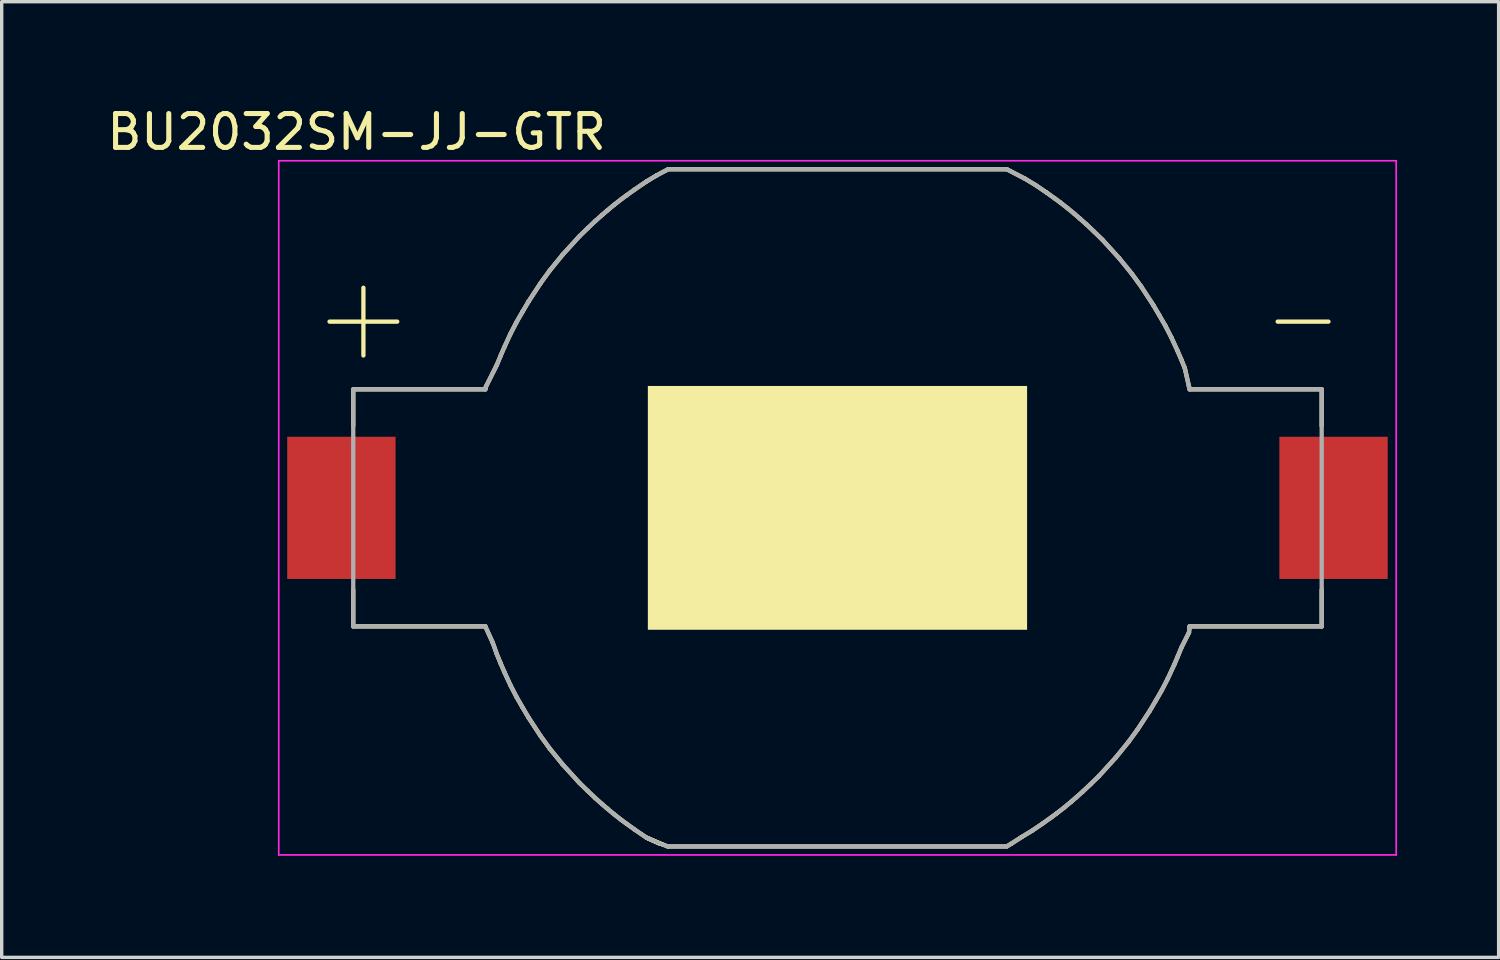
<source format=kicad_pcb>
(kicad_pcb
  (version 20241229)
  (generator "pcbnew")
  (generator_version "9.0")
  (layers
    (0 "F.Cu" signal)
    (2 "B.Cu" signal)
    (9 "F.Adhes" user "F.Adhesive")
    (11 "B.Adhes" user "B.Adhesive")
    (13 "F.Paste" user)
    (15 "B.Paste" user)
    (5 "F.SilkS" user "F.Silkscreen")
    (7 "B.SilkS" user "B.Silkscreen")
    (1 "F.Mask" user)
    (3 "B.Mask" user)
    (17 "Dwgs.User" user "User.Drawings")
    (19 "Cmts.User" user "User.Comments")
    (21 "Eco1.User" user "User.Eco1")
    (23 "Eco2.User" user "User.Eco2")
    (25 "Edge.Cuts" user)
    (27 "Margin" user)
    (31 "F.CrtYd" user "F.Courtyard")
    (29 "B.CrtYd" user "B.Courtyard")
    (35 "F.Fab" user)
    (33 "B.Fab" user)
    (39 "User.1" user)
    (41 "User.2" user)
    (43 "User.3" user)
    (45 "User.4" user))
  (footprint "BU2032SM-JJ-GTR"
    (layer "F.Cu")
    (at 21.682 11.948)
    (property "Reference" "BU2032SM-JJ-GTR" (at -14.2 -11.1 0) (layer "F.SilkS") (effects (font (size 1 1) (thickness 0.15))))
    (attr through_hole)
    (fp_line (start -15 -5.5) (end -13 -5.5) (stroke (width 0.127) (type solid)) (layer "F.SilkS"))
    (fp_line (start -14.3 -3.5) (end -10.4 -3.5) (stroke (width 0.127) (type solid)) (layer "F.SilkS"))
    (fp_line (start -14.3 -2.42) (end -14.3 -3.5) (stroke (width 0.127) (type solid)) (layer "F.SilkS"))
    (fp_line (start -14.3 2.42) (end -14.3 3.5) (stroke (width 0.127) (type solid)) (layer "F.SilkS"))
    (fp_line (start -14.3 3.5) (end -10.4 3.5) (stroke (width 0.127) (type solid)) (layer "F.SilkS"))
    (fp_line (start -14 -6.5) (end -14 -4.5) (stroke (width 0.127) (type solid)) (layer "F.SilkS"))
    (fp_line (start -10.4 -3.5) (end -10.381 -3.581) (stroke (width 0.127) (type solid)) (layer "F.SilkS"))
    (fp_line (start -10.4 3.5) (end -10.181 3.981) (stroke (width 0.127) (type solid)) (layer "F.SilkS"))
    (fp_line (start -10.381 -3.581) (end -10.058 -4.224) (stroke (width 0.127) (type solid)) (layer "F.SilkS"))
    (fp_line (start -10.181 3.981) (end -10.058 4.324) (stroke (width 0.127) (type solid)) (layer "F.SilkS"))
    (fp_line (start -10.058 -4.224) (end -9.95 -4.487) (stroke (width 0.127) (type solid)) (layer "F.SilkS"))
    (fp_line (start -10.058 4.324) (end -9.95 4.587) (stroke (width 0.127) (type solid)) (layer "F.SilkS"))
    (fp_line (start -9.95 -4.487) (end -9.842 -4.738) (stroke (width 0.127) (type solid)) (layer "F.SilkS"))
    (fp_line (start -9.95 4.587) (end -9.842 4.838) (stroke (width 0.127) (type solid)) (layer "F.SilkS"))
    (fp_line (start -9.842 -4.738) (end -9.658 -5.137) (stroke (width 0.127) (type solid)) (layer "F.SilkS"))
    (fp_line (start -9.842 4.838) (end -9.658 5.237) (stroke (width 0.127) (type solid)) (layer "F.SilkS"))
    (fp_line (start -9.658 -5.137) (end -9.48 -5.482) (stroke (width 0.127) (type solid)) (layer "F.SilkS"))
    (fp_line (start -9.658 5.237) (end -9.48 5.582) (stroke (width 0.127) (type solid)) (layer "F.SilkS"))
    (fp_line (start -9.48 -5.482) (end -9.3 -5.794) (stroke (width 0.127) (type solid)) (layer "F.SilkS"))
    (fp_line (start -9.48 5.582) (end -9.3 5.894) (stroke (width 0.127) (type solid)) (layer "F.SilkS"))
    (fp_line (start -9.3 -5.794) (end -9.124 -6.092) (stroke (width 0.127) (type solid)) (layer "F.SilkS"))
    (fp_line (start -9.3 5.894) (end -9.124 6.192) (stroke (width 0.127) (type solid)) (layer "F.SilkS"))
    (fp_line (start -9.124 -6.092) (end -8.768 -6.636) (stroke (width 0.127) (type solid)) (layer "F.SilkS"))
    (fp_line (start -9.124 6.192) (end -8.768 6.736) (stroke (width 0.127) (type solid)) (layer "F.SilkS"))
    (fp_line (start -8.768 -6.636) (end -8.497 -7.009) (stroke (width 0.127) (type solid)) (layer "F.SilkS"))
    (fp_line (start -8.768 6.736) (end -8.497 7.109) (stroke (width 0.127) (type solid)) (layer "F.SilkS"))
    (fp_line (start -8.497 -7.009) (end -8.116 -7.477) (stroke (width 0.127) (type solid)) (layer "F.SilkS"))
    (fp_line (start -8.497 7.109) (end -8.116 7.577) (stroke (width 0.127) (type solid)) (layer "F.SilkS"))
    (fp_line (start -8.116 -7.477) (end -7.622 -8.02) (stroke (width 0.127) (type solid)) (layer "F.SilkS"))
    (fp_line (start -8.116 7.577) (end -7.622 8.12) (stroke (width 0.127) (type solid)) (layer "F.SilkS"))
    (fp_line (start -7.622 -8.02) (end -7.374 -8.261) (stroke (width 0.127) (type solid)) (layer "F.SilkS"))
    (fp_line (start -7.622 8.12) (end -7.374 8.361) (stroke (width 0.127) (type solid)) (layer "F.SilkS"))
    (fp_line (start -7.374 -8.261) (end -7.15 -8.473) (stroke (width 0.127) (type solid)) (layer "F.SilkS"))
    (fp_line (start -7.374 8.361) (end -7.15 8.573) (stroke (width 0.127) (type solid)) (layer "F.SilkS"))
    (fp_line (start -7.15 -8.473) (end -6.954 -8.647) (stroke (width 0.127) (type solid)) (layer "F.SilkS"))
    (fp_line (start -7.15 8.573) (end -6.954 8.747) (stroke (width 0.127) (type solid)) (layer "F.SilkS"))
    (fp_line (start -6.954 -8.647) (end -6.793 -8.786) (stroke (width 0.127) (type solid)) (layer "F.SilkS"))
    (fp_line (start -6.954 8.747) (end -6.793 8.886) (stroke (width 0.127) (type solid)) (layer "F.SilkS"))
    (fp_line (start -6.793 -8.786) (end -6.6 -8.946) (stroke (width 0.127) (type solid)) (layer "F.SilkS"))
    (fp_line (start -6.793 8.886) (end -6.6 9.046) (stroke (width 0.127) (type solid)) (layer "F.SilkS"))
    (fp_line (start -6.6 -8.946) (end -6.379 -9.119) (stroke (width 0.127) (type solid)) (layer "F.SilkS"))
    (fp_line (start -6.6 9.046) (end -6.379 9.219) (stroke (width 0.127) (type solid)) (layer "F.SilkS"))
    (fp_line (start -6.379 -9.119) (end -6.228 -9.23) (stroke (width 0.127) (type solid)) (layer "F.SilkS"))
    (fp_line (start -6.379 9.219) (end -6.228 9.33) (stroke (width 0.127) (type solid)) (layer "F.SilkS"))
    (fp_line (start -6.228 -9.23) (end -5.975 -9.411) (stroke (width 0.127) (type solid)) (layer "F.SilkS"))
    (fp_line (start -6.228 9.33) (end -5.975 9.511) (stroke (width 0.127) (type solid)) (layer "F.SilkS"))
    (fp_line (start -5.975 -9.411) (end -5.649 -9.633) (stroke (width 0.127) (type solid)) (layer "F.SilkS"))
    (fp_line (start -5.975 9.511) (end -5.649 9.733) (stroke (width 0.127) (type solid)) (layer "F.SilkS"))
    (fp_line (start -5.649 -9.633) (end -5.341 -9.819) (stroke (width 0.127) (type solid)) (layer "F.SilkS"))
    (fp_line (start -5.649 9.733) (end -5.241 9.919) (stroke (width 0.127) (type solid)) (layer "F.SilkS"))
    (fp_line (start -5.597 9.758) (end -5.166 9.939) (stroke (width 0.127) (type solid)) (layer "F.SilkS"))
    (fp_line (start -5.341 -9.819) (end -5 -10) (stroke (width 0.127) (type solid)) (layer "F.SilkS"))
    (fp_line (start -5.241 9.919) (end -5.597 9.758) (stroke (width 0.127) (type solid)) (layer "F.SilkS"))
    (fp_line (start -5.166 9.939) (end -5.013 10) (stroke (width 0.127) (type solid)) (layer "F.SilkS"))
    (fp_line (start -5 -10) (end 5 -10) (stroke (width 0.127) (type solid)) (layer "F.SilkS"))
    (fp_line (start -5 10) (end 5 10) (stroke (width 0.127) (type solid)) (layer "F.SilkS"))
    (fp_line (start 5.15 9.908) (end 5.016 9.989) (stroke (width 0.127) (type solid)) (layer "F.SilkS"))
    (fp_line (start 5.441 9.719) (end 5.15 9.908) (stroke (width 0.127) (type solid)) (layer "F.SilkS"))
    (fp_line (start 5.541 -9.719) (end 5 -10) (stroke (width 0.127) (type solid)) (layer "F.SilkS"))
    (fp_line (start 5.749 9.533) (end 5.441 9.719) (stroke (width 0.127) (type solid)) (layer "F.SilkS"))
    (fp_line (start 5.849 -9.533) (end 5.541 -9.719) (stroke (width 0.127) (type solid)) (layer "F.SilkS"))
    (fp_line (start 6.075 9.311) (end 5.749 9.533) (stroke (width 0.127) (type solid)) (layer "F.SilkS"))
    (fp_line (start 6.175 -9.311) (end 5.849 -9.533) (stroke (width 0.127) (type solid)) (layer "F.SilkS"))
    (fp_line (start 6.328 9.13) (end 6.075 9.311) (stroke (width 0.127) (type solid)) (layer "F.SilkS"))
    (fp_line (start 6.428 -9.13) (end 6.175 -9.311) (stroke (width 0.127) (type solid)) (layer "F.SilkS"))
    (fp_line (start 6.479 9.019) (end 6.328 9.13) (stroke (width 0.127) (type solid)) (layer "F.SilkS"))
    (fp_line (start 6.579 -9.019) (end 6.428 -9.13) (stroke (width 0.127) (type solid)) (layer "F.SilkS"))
    (fp_line (start 6.7 8.846) (end 6.479 9.019) (stroke (width 0.127) (type solid)) (layer "F.SilkS"))
    (fp_line (start 6.8 -8.846) (end 6.579 -9.019) (stroke (width 0.127) (type solid)) (layer "F.SilkS"))
    (fp_line (start 6.893 8.686) (end 6.7 8.846) (stroke (width 0.127) (type solid)) (layer "F.SilkS"))
    (fp_line (start 6.993 -8.686) (end 6.8 -8.846) (stroke (width 0.127) (type solid)) (layer "F.SilkS"))
    (fp_line (start 7.054 8.547) (end 6.893 8.686) (stroke (width 0.127) (type solid)) (layer "F.SilkS"))
    (fp_line (start 7.154 -8.547) (end 6.993 -8.686) (stroke (width 0.127) (type solid)) (layer "F.SilkS"))
    (fp_line (start 7.25 8.373) (end 7.054 8.547) (stroke (width 0.127) (type solid)) (layer "F.SilkS"))
    (fp_line (start 7.35 -8.373) (end 7.154 -8.547) (stroke (width 0.127) (type solid)) (layer "F.SilkS"))
    (fp_line (start 7.474 8.161) (end 7.25 8.373) (stroke (width 0.127) (type solid)) (layer "F.SilkS"))
    (fp_line (start 7.574 -8.161) (end 7.35 -8.373) (stroke (width 0.127) (type solid)) (layer "F.SilkS"))
    (fp_line (start 7.722 7.92) (end 7.474 8.161) (stroke (width 0.127) (type solid)) (layer "F.SilkS"))
    (fp_line (start 7.822 -7.92) (end 7.574 -8.161) (stroke (width 0.127) (type solid)) (layer "F.SilkS"))
    (fp_line (start 8.216 7.377) (end 7.722 7.92) (stroke (width 0.127) (type solid)) (layer "F.SilkS"))
    (fp_line (start 8.316 -7.377) (end 7.822 -7.92) (stroke (width 0.127) (type solid)) (layer "F.SilkS"))
    (fp_line (start 8.597 6.909) (end 8.216 7.377) (stroke (width 0.127) (type solid)) (layer "F.SilkS"))
    (fp_line (start 8.697 -6.909) (end 8.316 -7.377) (stroke (width 0.127) (type solid)) (layer "F.SilkS"))
    (fp_line (start 8.868 6.536) (end 8.597 6.909) (stroke (width 0.127) (type solid)) (layer "F.SilkS"))
    (fp_line (start 8.968 -6.536) (end 8.697 -6.909) (stroke (width 0.127) (type solid)) (layer "F.SilkS"))
    (fp_line (start 9.224 5.992) (end 8.868 6.536) (stroke (width 0.127) (type solid)) (layer "F.SilkS"))
    (fp_line (start 9.324 -5.992) (end 8.968 -6.536) (stroke (width 0.127) (type solid)) (layer "F.SilkS"))
    (fp_line (start 9.4 5.694) (end 9.224 5.992) (stroke (width 0.127) (type solid)) (layer "F.SilkS"))
    (fp_line (start 9.5 -5.694) (end 9.324 -5.992) (stroke (width 0.127) (type solid)) (layer "F.SilkS"))
    (fp_line (start 9.58 5.382) (end 9.4 5.694) (stroke (width 0.127) (type solid)) (layer "F.SilkS"))
    (fp_line (start 9.68 -5.382) (end 9.5 -5.694) (stroke (width 0.127) (type solid)) (layer "F.SilkS"))
    (fp_line (start 9.758 5.037) (end 9.58 5.382) (stroke (width 0.127) (type solid)) (layer "F.SilkS"))
    (fp_line (start 9.858 -5.037) (end 9.68 -5.382) (stroke (width 0.127) (type solid)) (layer "F.SilkS"))
    (fp_line (start 9.942 4.638) (end 9.758 5.037) (stroke (width 0.127) (type solid)) (layer "F.SilkS"))
    (fp_line (start 10.042 -4.638) (end 9.858 -5.037) (stroke (width 0.127) (type solid)) (layer "F.SilkS"))
    (fp_line (start 10.05 4.387) (end 9.942 4.638) (stroke (width 0.127) (type solid)) (layer "F.SilkS"))
    (fp_line (start 10.15 -4.387) (end 10.042 -4.638) (stroke (width 0.127) (type solid)) (layer "F.SilkS"))
    (fp_line (start 10.158 4.124) (end 10.05 4.387) (stroke (width 0.127) (type solid)) (layer "F.SilkS"))
    (fp_line (start 10.258 -4.124) (end 10.15 -4.387) (stroke (width 0.127) (type solid)) (layer "F.SilkS"))
    (fp_line (start 10.381 -3.581) (end 10.258 -4.124) (stroke (width 0.127) (type solid)) (layer "F.SilkS"))
    (fp_line (start 10.381 3.681) (end 10.158 4.124) (stroke (width 0.127) (type solid)) (layer "F.SilkS"))
    (fp_line (start 10.4 -3.5) (end 10.381 -3.581) (stroke (width 0.127) (type solid)) (layer "F.SilkS"))
    (fp_line (start 10.4 3.5) (end 10.381 3.681) (stroke (width 0.127) (type solid)) (layer "F.SilkS"))
    (fp_line (start 13 -5.5) (end 14.5 -5.5) (stroke (width 0.127) (type solid)) (layer "F.SilkS"))
    (fp_line (start 14.3 -3.5) (end 10.4 -3.5) (stroke (width 0.127) (type solid)) (layer "F.SilkS"))
    (fp_line (start 14.3 -2.42) (end 14.3 -3.5) (stroke (width 0.127) (type solid)) (layer "F.SilkS"))
    (fp_line (start 14.3 2.42) (end 14.3 3.5) (stroke (width 0.127) (type solid)) (layer "F.SilkS"))
    (fp_line (start 14.3 3.5) (end 10.4 3.5) (stroke (width 0.127) (type solid)) (layer "F.SilkS"))
    (fp_poly (pts (xy -5.6 -3.6) (xy 5.6 -3.6) (xy 5.6 3.6) (xy -5.6 3.6)) (stroke (width 0.0001) (type solid)) (fill yes) (layer "F.SilkS"))
    (fp_line (start -16.5 -10.25) (end -16.5 10.25) (stroke (width 0.05) (type solid)) (layer "F.CrtYd"))
    (fp_line (start -16.5 10.25) (end 16.5 10.25) (stroke (width 0.05) (type solid)) (layer "F.CrtYd"))
    (fp_line (start 16.5 -10.25) (end -16.5 -10.25) (stroke (width 0.05) (type solid)) (layer "F.CrtYd"))
    (fp_line (start 16.5 10.25) (end 16.5 -10.25) (stroke (width 0.05) (type solid)) (layer "F.CrtYd"))
    (fp_line (start -14.3 -3.5) (end -10.4 -3.5) (stroke (width 0.127) (type solid)) (layer "F.Fab"))
    (fp_line (start -14.3 3.5) (end -14.3 -3.5) (stroke (width 0.127) (type solid)) (layer "F.Fab"))
    (fp_line (start -14.3 3.5) (end -10.4 3.5) (stroke (width 0.127) (type solid)) (layer "F.Fab"))
    (fp_line (start -10.4 -3.5) (end -10.381 -3.581) (stroke (width 0.127) (type solid)) (layer "F.Fab"))
    (fp_line (start -10.4 3.5) (end -10.181 3.981) (stroke (width 0.127) (type solid)) (layer "F.Fab"))
    (fp_line (start -10.381 -3.581) (end -10.058 -4.224) (stroke (width 0.127) (type solid)) (layer "F.Fab"))
    (fp_line (start -10.181 3.981) (end -10.058 4.324) (stroke (width 0.127) (type solid)) (layer "F.Fab"))
    (fp_line (start -10.058 -4.224) (end -9.95 -4.487) (stroke (width 0.127) (type solid)) (layer "F.Fab"))
    (fp_line (start -10.058 4.324) (end -9.95 4.587) (stroke (width 0.127) (type solid)) (layer "F.Fab"))
    (fp_line (start -9.95 -4.487) (end -9.842 -4.738) (stroke (width 0.127) (type solid)) (layer "F.Fab"))
    (fp_line (start -9.95 4.587) (end -9.842 4.838) (stroke (width 0.127) (type solid)) (layer "F.Fab"))
    (fp_line (start -9.842 -4.738) (end -9.658 -5.137) (stroke (width 0.127) (type solid)) (layer "F.Fab"))
    (fp_line (start -9.842 4.838) (end -9.658 5.237) (stroke (width 0.127) (type solid)) (layer "F.Fab"))
    (fp_line (start -9.658 -5.137) (end -9.48 -5.482) (stroke (width 0.127) (type solid)) (layer "F.Fab"))
    (fp_line (start -9.658 5.237) (end -9.48 5.582) (stroke (width 0.127) (type solid)) (layer "F.Fab"))
    (fp_line (start -9.48 -5.482) (end -9.3 -5.794) (stroke (width 0.127) (type solid)) (layer "F.Fab"))
    (fp_line (start -9.48 5.582) (end -9.3 5.894) (stroke (width 0.127) (type solid)) (layer "F.Fab"))
    (fp_line (start -9.3 -5.794) (end -9.124 -6.092) (stroke (width 0.127) (type solid)) (layer "F.Fab"))
    (fp_line (start -9.3 5.894) (end -9.124 6.192) (stroke (width 0.127) (type solid)) (layer "F.Fab"))
    (fp_line (start -9.124 -6.092) (end -8.768 -6.636) (stroke (width 0.127) (type solid)) (layer "F.Fab"))
    (fp_line (start -9.124 6.192) (end -8.768 6.736) (stroke (width 0.127) (type solid)) (layer "F.Fab"))
    (fp_line (start -8.768 -6.636) (end -8.497 -7.009) (stroke (width 0.127) (type solid)) (layer "F.Fab"))
    (fp_line (start -8.768 6.736) (end -8.497 7.109) (stroke (width 0.127) (type solid)) (layer "F.Fab"))
    (fp_line (start -8.497 -7.009) (end -8.116 -7.477) (stroke (width 0.127) (type solid)) (layer "F.Fab"))
    (fp_line (start -8.497 7.109) (end -8.116 7.577) (stroke (width 0.127) (type solid)) (layer "F.Fab"))
    (fp_line (start -8.116 -7.477) (end -7.622 -8.02) (stroke (width 0.127) (type solid)) (layer "F.Fab"))
    (fp_line (start -8.116 7.577) (end -7.622 8.12) (stroke (width 0.127) (type solid)) (layer "F.Fab"))
    (fp_line (start -7.622 -8.02) (end -7.374 -8.261) (stroke (width 0.127) (type solid)) (layer "F.Fab"))
    (fp_line (start -7.622 8.12) (end -7.374 8.361) (stroke (width 0.127) (type solid)) (layer "F.Fab"))
    (fp_line (start -7.374 -8.261) (end -7.15 -8.473) (stroke (width 0.127) (type solid)) (layer "F.Fab"))
    (fp_line (start -7.374 8.361) (end -7.15 8.573) (stroke (width 0.127) (type solid)) (layer "F.Fab"))
    (fp_line (start -7.15 -8.473) (end -6.954 -8.647) (stroke (width 0.127) (type solid)) (layer "F.Fab"))
    (fp_line (start -7.15 8.573) (end -6.954 8.747) (stroke (width 0.127) (type solid)) (layer "F.Fab"))
    (fp_line (start -6.954 -8.647) (end -6.793 -8.786) (stroke (width 0.127) (type solid)) (layer "F.Fab"))
    (fp_line (start -6.954 8.747) (end -6.793 8.886) (stroke (width 0.127) (type solid)) (layer "F.Fab"))
    (fp_line (start -6.793 -8.786) (end -6.6 -8.946) (stroke (width 0.127) (type solid)) (layer "F.Fab"))
    (fp_line (start -6.793 8.886) (end -6.6 9.046) (stroke (width 0.127) (type solid)) (layer "F.Fab"))
    (fp_line (start -6.6 -8.946) (end -6.379 -9.119) (stroke (width 0.127) (type solid)) (layer "F.Fab"))
    (fp_line (start -6.6 9.046) (end -6.379 9.219) (stroke (width 0.127) (type solid)) (layer "F.Fab"))
    (fp_line (start -6.379 -9.119) (end -6.228 -9.23) (stroke (width 0.127) (type solid)) (layer "F.Fab"))
    (fp_line (start -6.379 9.219) (end -6.228 9.33) (stroke (width 0.127) (type solid)) (layer "F.Fab"))
    (fp_line (start -6.228 -9.23) (end -5.975 -9.411) (stroke (width 0.127) (type solid)) (layer "F.Fab"))
    (fp_line (start -6.228 9.33) (end -5.975 9.511) (stroke (width 0.127) (type solid)) (layer "F.Fab"))
    (fp_line (start -5.975 -9.411) (end -5.649 -9.633) (stroke (width 0.127) (type solid)) (layer "F.Fab"))
    (fp_line (start -5.975 9.511) (end -5.649 9.733) (stroke (width 0.127) (type solid)) (layer "F.Fab"))
    (fp_line (start -5.649 -9.633) (end -5.341 -9.819) (stroke (width 0.127) (type solid)) (layer "F.Fab"))
    (fp_line (start -5.649 9.733) (end -5.241 9.919) (stroke (width 0.127) (type solid)) (layer "F.Fab"))
    (fp_line (start -5.341 -9.819) (end -5 -10) (stroke (width 0.127) (type solid)) (layer "F.Fab"))
    (fp_line (start -5.166 9.939) (end -5.013 10) (stroke (width 0.127) (type solid)) (layer "F.Fab"))
    (fp_line (start -5 -10) (end 5 -10) (stroke (width 0.127) (type solid)) (layer "F.Fab"))
    (fp_line (start -5 10) (end 5 10) (stroke (width 0.127) (type solid)) (layer "F.Fab"))
    (fp_line (start 5.147 9.908) (end 5.016 9.989) (stroke (width 0.127) (type solid)) (layer "F.Fab"))
    (fp_line (start 5.441 9.719) (end 5.147 9.908) (stroke (width 0.127) (type solid)) (layer "F.Fab"))
    (fp_line (start 5.541 -9.719) (end 5 -10) (stroke (width 0.127) (type solid)) (layer "F.Fab"))
    (fp_line (start 5.749 9.533) (end 5.441 9.719) (stroke (width 0.127) (type solid)) (layer "F.Fab"))
    (fp_line (start 5.849 -9.533) (end 5.541 -9.719) (stroke (width 0.127) (type solid)) (layer "F.Fab"))
    (fp_line (start 6.075 9.311) (end 5.749 9.533) (stroke (width 0.127) (type solid)) (layer "F.Fab"))
    (fp_line (start 6.175 -9.311) (end 5.849 -9.533) (stroke (width 0.127) (type solid)) (layer "F.Fab"))
    (fp_line (start 6.328 9.13) (end 6.075 9.311) (stroke (width 0.127) (type solid)) (layer "F.Fab"))
    (fp_line (start 6.428 -9.13) (end 6.175 -9.311) (stroke (width 0.127) (type solid)) (layer "F.Fab"))
    (fp_line (start 6.479 9.019) (end 6.328 9.13) (stroke (width 0.127) (type solid)) (layer "F.Fab"))
    (fp_line (start 6.579 -9.019) (end 6.428 -9.13) (stroke (width 0.127) (type solid)) (layer "F.Fab"))
    (fp_line (start 6.7 8.846) (end 6.479 9.019) (stroke (width 0.127) (type solid)) (layer "F.Fab"))
    (fp_line (start 6.8 -8.846) (end 6.579 -9.019) (stroke (width 0.127) (type solid)) (layer "F.Fab"))
    (fp_line (start 6.893 8.686) (end 6.7 8.846) (stroke (width 0.127) (type solid)) (layer "F.Fab"))
    (fp_line (start 6.993 -8.686) (end 6.8 -8.846) (stroke (width 0.127) (type solid)) (layer "F.Fab"))
    (fp_line (start 7.054 8.547) (end 6.893 8.686) (stroke (width 0.127) (type solid)) (layer "F.Fab"))
    (fp_line (start 7.154 -8.547) (end 6.993 -8.686) (stroke (width 0.127) (type solid)) (layer "F.Fab"))
    (fp_line (start 7.25 8.373) (end 7.054 8.547) (stroke (width 0.127) (type solid)) (layer "F.Fab"))
    (fp_line (start 7.35 -8.373) (end 7.154 -8.547) (stroke (width 0.127) (type solid)) (layer "F.Fab"))
    (fp_line (start 7.474 8.161) (end 7.25 8.373) (stroke (width 0.127) (type solid)) (layer "F.Fab"))
    (fp_line (start 7.574 -8.161) (end 7.35 -8.373) (stroke (width 0.127) (type solid)) (layer "F.Fab"))
    (fp_line (start 7.722 7.92) (end 7.474 8.161) (stroke (width 0.127) (type solid)) (layer "F.Fab"))
    (fp_line (start 7.822 -7.92) (end 7.574 -8.161) (stroke (width 0.127) (type solid)) (layer "F.Fab"))
    (fp_line (start 8.216 7.377) (end 7.722 7.92) (stroke (width 0.127) (type solid)) (layer "F.Fab"))
    (fp_line (start 8.316 -7.377) (end 7.822 -7.92) (stroke (width 0.127) (type solid)) (layer "F.Fab"))
    (fp_line (start 8.597 6.909) (end 8.216 7.377) (stroke (width 0.127) (type solid)) (layer "F.Fab"))
    (fp_line (start 8.697 -6.909) (end 8.316 -7.377) (stroke (width 0.127) (type solid)) (layer "F.Fab"))
    (fp_line (start 8.868 6.536) (end 8.597 6.909) (stroke (width 0.127) (type solid)) (layer "F.Fab"))
    (fp_line (start 8.968 -6.536) (end 8.697 -6.909) (stroke (width 0.127) (type solid)) (layer "F.Fab"))
    (fp_line (start 9.224 5.992) (end 8.868 6.536) (stroke (width 0.127) (type solid)) (layer "F.Fab"))
    (fp_line (start 9.324 -5.992) (end 8.968 -6.536) (stroke (width 0.127) (type solid)) (layer "F.Fab"))
    (fp_line (start 9.4 5.694) (end 9.224 5.992) (stroke (width 0.127) (type solid)) (layer "F.Fab"))
    (fp_line (start 9.5 -5.694) (end 9.324 -5.992) (stroke (width 0.127) (type solid)) (layer "F.Fab"))
    (fp_line (start 9.58 5.382) (end 9.4 5.694) (stroke (width 0.127) (type solid)) (layer "F.Fab"))
    (fp_line (start 9.68 -5.382) (end 9.5 -5.694) (stroke (width 0.127) (type solid)) (layer "F.Fab"))
    (fp_line (start 9.758 5.037) (end 9.58 5.382) (stroke (width 0.127) (type solid)) (layer "F.Fab"))
    (fp_line (start 9.858 -5.037) (end 9.68 -5.382) (stroke (width 0.127) (type solid)) (layer "F.Fab"))
    (fp_line (start 9.942 4.638) (end 9.758 5.037) (stroke (width 0.127) (type solid)) (layer "F.Fab"))
    (fp_line (start 10.042 -4.638) (end 9.858 -5.037) (stroke (width 0.127) (type solid)) (layer "F.Fab"))
    (fp_line (start 10.05 4.387) (end 9.942 4.638) (stroke (width 0.127) (type solid)) (layer "F.Fab"))
    (fp_line (start 10.15 -4.387) (end 10.042 -4.638) (stroke (width 0.127) (type solid)) (layer "F.Fab"))
    (fp_line (start 10.158 4.124) (end 10.05 4.387) (stroke (width 0.127) (type solid)) (layer "F.Fab"))
    (fp_line (start 10.258 -4.124) (end 10.15 -4.387) (stroke (width 0.127) (type solid)) (layer "F.Fab"))
    (fp_line (start 10.381 -3.581) (end 10.258 -4.124) (stroke (width 0.127) (type solid)) (layer "F.Fab"))
    (fp_line (start 10.381 3.681) (end 10.158 4.124) (stroke (width 0.127) (type solid)) (layer "F.Fab"))
    (fp_line (start 10.4 -3.5) (end 10.381 -3.581) (stroke (width 0.127) (type solid)) (layer "F.Fab"))
    (fp_line (start 10.4 3.5) (end 10.381 3.681) (stroke (width 0.127) (type solid)) (layer "F.Fab"))
    (fp_line (start 14.3 -3.5) (end 10.4 -3.5) (stroke (width 0.127) (type solid)) (layer "F.Fab"))
    (fp_line (start 14.3 3.5) (end 10.4 3.5) (stroke (width 0.127) (type solid)) (layer "F.Fab"))
    (fp_line (start 14.3 3.5) (end 14.3 -3.5) (stroke (width 0.127) (type solid)) (layer "F.Fab"))
    (pad "1" smd rect (at -14.65 0) (size 3.2 4.2) (layers "F.Cu" "F.Mask" "F.Paste"))
    (pad "2" smd rect (at 14.65 0) (size 3.2 4.2) (layers "F.Cu" "F.Mask" "F.Paste")))
  (gr_rect
    (start -3 -3)
    (end 41.207 25.223)
    (stroke (width 0.1) (type default))
    (fill no)
    (layer "Edge.Cuts")))
</source>
